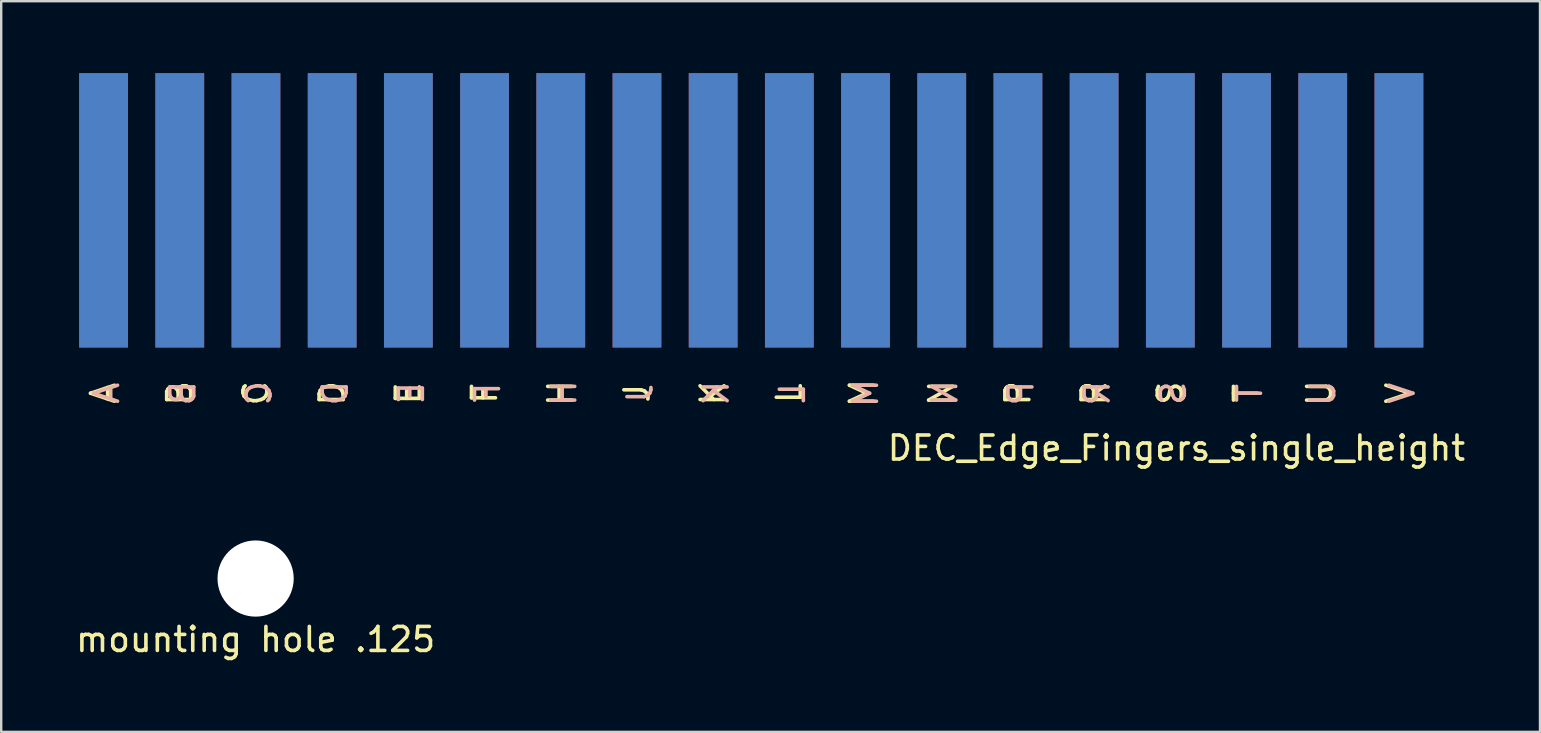
<source format=kicad_pcb>
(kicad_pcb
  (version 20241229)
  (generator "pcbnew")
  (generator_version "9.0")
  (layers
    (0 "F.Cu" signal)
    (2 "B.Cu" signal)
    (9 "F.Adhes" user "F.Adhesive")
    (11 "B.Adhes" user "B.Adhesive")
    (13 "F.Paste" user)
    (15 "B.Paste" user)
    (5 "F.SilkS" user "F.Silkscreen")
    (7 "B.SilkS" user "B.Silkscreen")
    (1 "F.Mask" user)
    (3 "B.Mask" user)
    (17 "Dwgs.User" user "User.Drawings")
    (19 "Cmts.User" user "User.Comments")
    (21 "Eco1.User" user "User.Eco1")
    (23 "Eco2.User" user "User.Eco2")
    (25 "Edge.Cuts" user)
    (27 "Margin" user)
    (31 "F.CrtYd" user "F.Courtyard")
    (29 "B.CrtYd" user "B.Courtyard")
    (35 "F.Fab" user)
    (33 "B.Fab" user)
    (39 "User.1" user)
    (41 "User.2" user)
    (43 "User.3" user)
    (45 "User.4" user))
  (footprint "DEC_Edge_Fingers_single_height"
    (layer "F.Cu")
    (at 0.25 11.811)
    (property "Reference" "DEC_Edge_Fingers_single_height" (at 45.72 3.81 0) (layer "F.SilkS") (effects (font (size 1 1) (thickness 0.15))))
    (attr exclude_from_pos_files exclude_from_bom)
    (fp_text user "M" (at 32.639 1.524 90) (layer "F.SilkS") (effects (font (size 1 1) (thickness 0.15))))
    (fp_text user "R" (at 42.291 1.524 90) (layer "F.SilkS") (effects (font (size 1 1) (thickness 0.15))))
    (fp_text user "P" (at 39.116 1.524 90) (layer "F.SilkS") (effects (font (size 1 1) (thickness 0.15))))
    (fp_text user "C" (at 7.366 1.524 90) (layer "F.SilkS") (effects (font (size 1 1) (thickness 0.15))))
    (fp_text user "L" (at 29.591 1.524 90) (layer "F.SilkS") (effects (font (size 1 1) (thickness 0.15))))
    (fp_text user "N" (at 35.941 1.524 90) (layer "F.SilkS") (effects (font (size 1 1) (thickness 0.15))))
    (fp_text user "T" (at 48.641 1.524 90) (layer "F.SilkS") (effects (font (size 1 1) (thickness 0.15))))
    (fp_text user "A" (at 1.016 1.524 90) (layer "F.SilkS") (effects (font (size 1 1) (thickness 0.15))))
    (fp_text user "V" (at 54.991 1.524 90) (layer "F.SilkS") (effects (font (size 1 1) (thickness 0.15))))
    (fp_text user "J" (at 23.241 1.524 90) (layer "F.SilkS") (effects (font (size 1 1) (thickness 0.15))))
    (fp_text user "D" (at 10.541 1.524 90) (layer "F.SilkS") (effects (font (size 1 1) (thickness 0.15))))
    (fp_text user "S" (at 45.466 1.524 90) (layer "F.SilkS") (effects (font (size 1 1) (thickness 0.15))))
    (fp_text user "B" (at 4.191 1.524 90) (layer "F.SilkS") (effects (font (size 1 1) (thickness 0.15))))
    (fp_text user "U" (at 51.689 1.524 90) (layer "F.SilkS") (effects (font (size 1 1) (thickness 0.15))))
    (fp_text user "F" (at 16.891 1.524 90) (layer "F.SilkS") (effects (font (size 1 1) (thickness 0.15))))
    (fp_text user "H" (at 20.066 1.524 90) (layer "F.SilkS") (effects (font (size 1 1) (thickness 0.15))))
    (fp_text user "K" (at 26.416 1.524 90) (layer "F.SilkS") (effects (font (size 1 1) (thickness 0.15))))
    (fp_text user "E" (at 13.716 1.524 90) (layer "F.SilkS") (effects (font (size 1 1) (thickness 0.15))))
    (fp_text user "T" (at 48.768 1.524 270) (layer "B.SilkS") (effects (font (size 1 1) (thickness 0.15)) (justify mirror)))
    (fp_text user "N" (at 36.068 1.524 270) (layer "B.SilkS") (effects (font (size 1 1) (thickness 0.15)) (justify mirror)))
    (fp_text user "V" (at 55.118 1.524 270) (layer "B.SilkS") (effects (font (size 1 1) (thickness 0.15)) (justify mirror)))
    (fp_text user "M" (at 32.766 1.524 270) (layer "B.SilkS") (effects (font (size 1 1) (thickness 0.15)) (justify mirror)))
    (fp_text user "L" (at 29.718 1.524 270) (layer "B.SilkS") (effects (font (size 1 1) (thickness 0.15)) (justify mirror)))
    (fp_text user "J" (at 23.368 1.524 270) (layer "B.SilkS") (effects (font (size 1 1) (thickness 0.15)) (justify mirror)))
    (fp_text user "R" (at 42.418 1.524 270) (layer "B.SilkS") (effects (font (size 1 1) (thickness 0.15)) (justify mirror)))
    (fp_text user "A" (at 1.143 1.524 270) (layer "B.SilkS") (effects (font (size 1 1) (thickness 0.15)) (justify mirror)))
    (fp_text user "K" (at 26.543 1.524 270) (layer "B.SilkS") (effects (font (size 1 1) (thickness 0.15)) (justify mirror)))
    (fp_text user "E" (at 13.843 1.524 270) (layer "B.SilkS") (effects (font (size 1 1) (thickness 0.15)) (justify mirror)))
    (fp_text user "F" (at 17.018 1.524 270) (layer "B.SilkS") (effects (font (size 1 1) (thickness 0.15)) (justify mirror)))
    (fp_text user "B" (at 4.318 1.524 270) (layer "B.SilkS") (effects (font (size 1 1) (thickness 0.15)) (justify mirror)))
    (fp_text user "P" (at 39.243 1.524 270) (layer "B.SilkS") (effects (font (size 1 1) (thickness 0.15)) (justify mirror)))
    (fp_text user "S" (at 45.593 1.524 270) (layer "B.SilkS") (effects (font (size 1 1) (thickness 0.15)) (justify mirror)))
    (fp_text user "D" (at 10.668 1.524 270) (layer "B.SilkS") (effects (font (size 1 1) (thickness 0.15)) (justify mirror)))
    (fp_text user "C" (at 7.493 1.524 270) (layer "B.SilkS") (effects (font (size 1 1) (thickness 0.15)) (justify mirror)))
    (fp_text user "U" (at 51.816 1.524 270) (layer "B.SilkS") (effects (font (size 1 1) (thickness 0.15)) (justify mirror)))
    (fp_text user "H" (at 20.193 1.524 270) (layer "B.SilkS") (effects (font (size 1 1) (thickness 0.15)) (justify mirror)))
    (pad "A1" connect rect (at 1.016 -6.096) (size 2.032 11.43) (layers "F.Cu" "F.Mask"))
    (pad "A2" connect rect (at 1.016 -6.096) (size 2.032 11.43) (layers "B.Cu" "B.Mask"))
    (pad "B1" connect rect (at 4.191 -6.096) (size 2.032 11.43) (layers "F.Cu" "F.Mask"))
    (pad "B2" connect rect (at 4.191 -6.096) (size 2.032 11.43) (layers "B.Cu" "B.Mask"))
    (pad "C1" connect rect (at 7.366 -6.096) (size 2.032 11.43) (layers "F.Cu" "F.Mask"))
    (pad "C2" connect rect (at 7.366 -6.096) (size 2.032 11.43) (layers "B.Cu" "B.Mask"))
    (pad "D1" connect rect (at 10.541 -6.096) (size 2.032 11.43) (layers "F.Cu" "F.Mask"))
    (pad "D2" connect rect (at 10.541 -6.096) (size 2.032 11.43) (layers "B.Cu" "B.Mask"))
    (pad "E1" connect rect (at 13.716 -6.096) (size 2.032 11.43) (layers "F.Cu" "F.Mask"))
    (pad "E2" connect rect (at 13.716 -6.096) (size 2.032 11.43) (layers "B.Cu" "B.Mask"))
    (pad "F1" connect rect (at 16.891 -6.096) (size 2.032 11.43) (layers "F.Cu" "F.Mask"))
    (pad "F2" connect rect (at 16.891 -6.096) (size 2.032 11.43) (layers "B.Cu" "B.Mask"))
    (pad "H1" connect rect (at 20.066 -6.096) (size 2.032 11.43) (layers "F.Cu" "F.Mask"))
    (pad "H2" connect rect (at 20.066 -6.096) (size 2.032 11.43) (layers "B.Cu" "B.Mask"))
    (pad "J1" connect rect (at 23.241 -6.096) (size 2.032 11.43) (layers "F.Cu" "F.Mask"))
    (pad "J2" connect rect (at 23.241 -6.096) (size 2.032 11.43) (layers "B.Cu" "B.Mask"))
    (pad "K1" connect rect (at 26.416 -6.096) (size 2.032 11.43) (layers "F.Cu" "F.Mask"))
    (pad "K2" connect rect (at 26.416 -6.096) (size 2.032 11.43) (layers "B.Cu" "B.Mask"))
    (pad "L1" connect rect (at 29.591 -6.096) (size 2.032 11.43) (layers "F.Cu" "F.Mask"))
    (pad "L2" connect rect (at 29.591 -6.096) (size 2.032 11.43) (layers "B.Cu" "B.Mask"))
    (pad "M1" connect rect (at 32.766 -6.096) (size 2.032 11.43) (layers "F.Cu" "F.Mask"))
    (pad "M2" connect rect (at 32.766 -6.096) (size 2.032 11.43) (layers "B.Cu" "B.Mask"))
    (pad "N1" connect rect (at 35.941 -6.096) (size 2.032 11.43) (layers "F.Cu" "F.Mask"))
    (pad "N2" connect rect (at 35.941 -6.096) (size 2.032 11.43) (layers "B.Cu" "B.Mask"))
    (pad "P1" connect rect (at 39.116 -6.096) (size 2.032 11.43) (layers "F.Cu" "F.Mask"))
    (pad "P2" connect rect (at 39.116 -6.096) (size 2.032 11.43) (layers "B.Cu" "B.Mask"))
    (pad "R1" connect rect (at 42.291 -6.096) (size 2.032 11.43) (layers "F.Cu" "F.Mask"))
    (pad "R2" connect rect (at 42.291 -6.096) (size 2.032 11.43) (layers "B.Cu" "B.Mask"))
    (pad "S1" connect rect (at 45.466 -6.096) (size 2.032 11.43) (layers "F.Cu" "F.Mask"))
    (pad "S2" connect rect (at 45.466 -6.096) (size 2.032 11.43) (layers "B.Cu" "B.Mask"))
    (pad "T1" connect rect (at 48.641 -6.096) (size 2.032 11.43) (layers "F.Cu" "F.Mask"))
    (pad "T2" connect rect (at 48.641 -6.096) (size 2.032 11.43) (layers "B.Cu" "B.Mask"))
    (pad "U1" connect rect (at 51.816 -6.096) (size 2.032 11.43) (layers "F.Cu" "F.Mask"))
    (pad "U2" connect rect (at 51.816 -6.096) (size 2.032 11.43) (layers "B.Cu" "B.Mask"))
    (pad "V1" connect rect (at 54.991 -6.096) (size 2.032 11.43) (layers "F.Cu" "F.Mask"))
    (pad "V2" connect rect (at 54.991 -6.096) (size 2.032 11.43) (layers "B.Cu" "B.Mask")))
  (footprint "mounting hole .125"
    (layer "F.Cu")
    (at 7.601 21.057)
    (property "Reference" "mounting hole .125" (at 0 2.54 0) (layer "F.SilkS") (effects (font (size 1 1) (thickness 0.15))))
    (attr through_hole)
    (pad "" np_thru_hole circle (at 0 0) (size 3.175 3.175) (drill 3.175) (layers "*.Cu")))
  (gr_rect
    (start -3 -3)
    (end 61.119 27.445)
    (stroke (width 0.1) (type default))
    (fill no)
    (layer "Edge.Cuts")))
</source>
